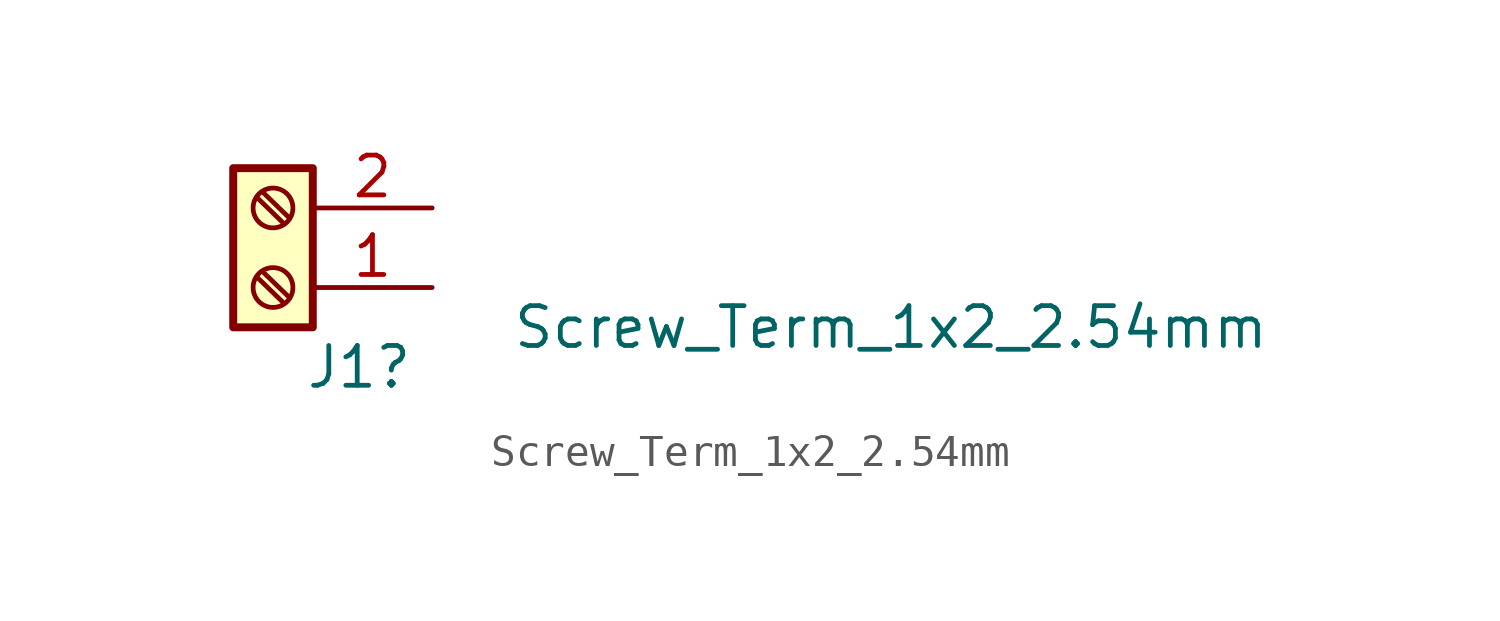
<source format=kicad_sym>
(kicad_symbol_lib
  (version 20231120)
  (generator "kicad_symbol_editor")
  (generator_version "8.0")
  (symbol "Screw_Term_1x2_2.54mm"
    (pin_names
      (offset 1.016) hide)
    (property "Reference" "J1"
      (at -4.064 -2.54 0)
      (effects (font (size 1.27 1.27)) (justify left)))
    (property "Value" "Screw_Term_1x2_2.54mm"
      (at 2.54 -1.27 0)
      (effects (font (size 1.27 1.27)) (justify left)))
    (symbol "Screw_Term_1x2_2.54mm_1_1"
      (circle (center -5.08 0) (radius 0.635) (stroke (width 0.152) (type default)) (fill (type none)))
      (circle (center -5.08 2.54) (radius 0.635) (stroke (width 0.152) (type default)) (fill (type none)))
      (rectangle (start -3.81 -1.27) (end -6.35 3.81) (stroke (width 0.254) (type default)) (fill (type background)))
      (polyline (pts (xy -4.724 -0.508) (xy -5.588 0.33)) (stroke (width 0.152) (type default)) (fill (type none)))
      (polyline (pts (xy -4.724 2.032) (xy -5.588 2.87)) (stroke (width 0.152) (type default)) (fill (type none)))
      (polyline (pts (xy -4.547 -0.33) (xy -5.41 0.508)) (stroke (width 0.152) (type default)) (fill (type none)))
      (polyline (pts (xy -4.547 2.21) (xy -5.41 3.048)) (stroke (width 0.152) (type default)) (fill (type none)))
      (pin passive line (at 0 0 180) (length 3.81) (name "Pin_1" (effects (font (size 1.27 1.27)))) (number "1" (effects (font (size 1.27 1.27)))))
      (pin passive line (at 0 2.54 180) (length 3.81) (name "Pin_2" (effects (font (size 1.27 1.27)))) (number "2" (effects (font (size 1.27 1.27))))))))
</source>
